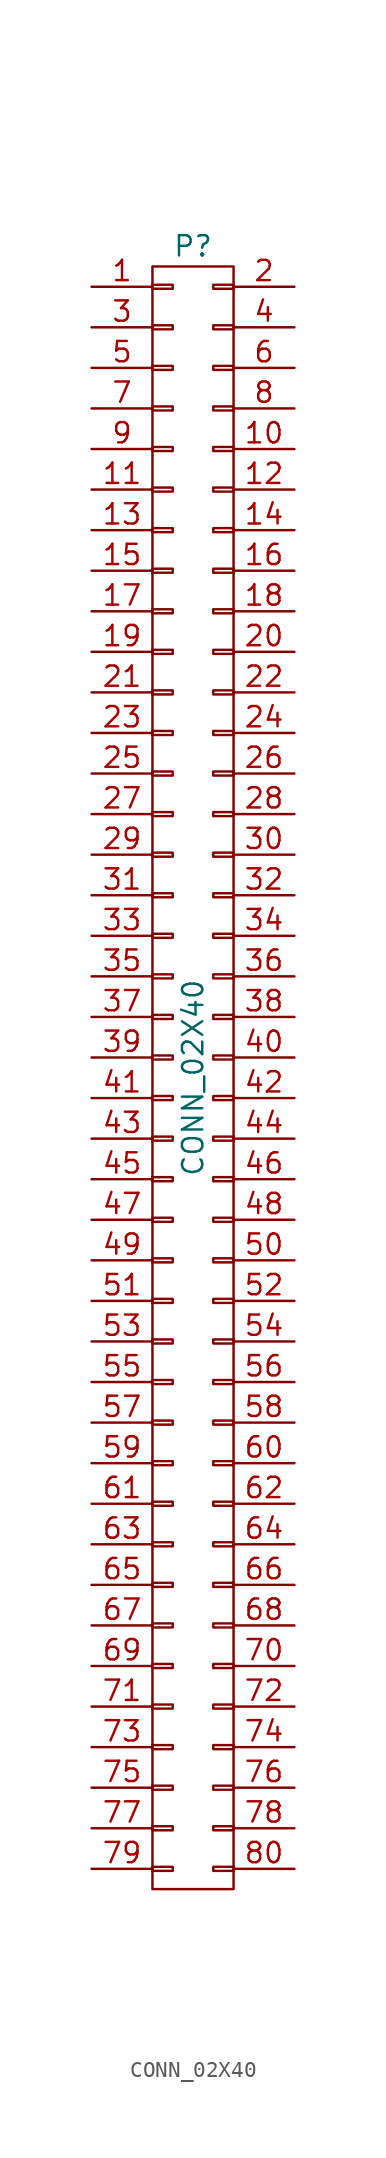
<source format=kicad_sym>
(kicad_symbol_lib
  (version 20211014)
  (generator kicad_symbol_editor)
  (symbol "CONN_02X40"
    (pin_names
      (offset 0.025) hide)
    (property "Reference" "P"
      (at 0 52.07 0)
      (effects (font (size 1.27 1.27))))
    (property "Value" "CONN_02X40"
      (at 0 0 90)
      (effects (font (size 1.27 1.27))))
    (property "Footprint" ""
      (at 0 0 0)
      (effects (font (size 1.27 1.27))))
    (property "Datasheet" ""
      (at 0 0 0)
      (effects (font (size 1.27 1.27))))
    (symbol "CONN_02X40_0_1"
      (rectangle (start -2.54 -49.403) (end -1.27 -49.657) (stroke (width 0) (type default) (color 0 0 0 0)) (fill (type none)))
      (rectangle (start -2.54 -46.863) (end -1.27 -47.117) (stroke (width 0) (type default) (color 0 0 0 0)) (fill (type none)))
      (rectangle (start -2.54 -44.323) (end -1.27 -44.577) (stroke (width 0) (type default) (color 0 0 0 0)) (fill (type none)))
      (rectangle (start -2.54 -41.783) (end -1.27 -42.037) (stroke (width 0) (type default) (color 0 0 0 0)) (fill (type none)))
      (rectangle (start -2.54 -39.243) (end -1.27 -39.497) (stroke (width 0) (type default) (color 0 0 0 0)) (fill (type none)))
      (rectangle (start -2.54 -36.703) (end -1.27 -36.957) (stroke (width 0) (type default) (color 0 0 0 0)) (fill (type none)))
      (rectangle (start -2.54 -34.163) (end -1.27 -34.417) (stroke (width 0) (type default) (color 0 0 0 0)) (fill (type none)))
      (rectangle (start -2.54 -31.623) (end -1.27 -31.877) (stroke (width 0) (type default) (color 0 0 0 0)) (fill (type none)))
      (rectangle (start -2.54 -29.083) (end -1.27 -29.337) (stroke (width 0) (type default) (color 0 0 0 0)) (fill (type none)))
      (rectangle (start -2.54 -26.543) (end -1.27 -26.797) (stroke (width 0) (type default) (color 0 0 0 0)) (fill (type none)))
      (rectangle (start -2.54 -24.003) (end -1.27 -24.257) (stroke (width 0) (type default) (color 0 0 0 0)) (fill (type none)))
      (rectangle (start -2.54 -21.463) (end -1.27 -21.717) (stroke (width 0) (type default) (color 0 0 0 0)) (fill (type none)))
      (rectangle (start -2.54 -18.923) (end -1.27 -19.177) (stroke (width 0) (type default) (color 0 0 0 0)) (fill (type none)))
      (rectangle (start -2.54 -16.383) (end -1.27 -16.637) (stroke (width 0) (type default) (color 0 0 0 0)) (fill (type none)))
      (rectangle (start -2.54 -13.843) (end -1.27 -14.097) (stroke (width 0) (type default) (color 0 0 0 0)) (fill (type none)))
      (rectangle (start -2.54 -11.303) (end -1.27 -11.557) (stroke (width 0) (type default) (color 0 0 0 0)) (fill (type none)))
      (rectangle (start -2.54 -8.763) (end -1.27 -9.017) (stroke (width 0) (type default) (color 0 0 0 0)) (fill (type none)))
      (rectangle (start -2.54 -6.223) (end -1.27 -6.477) (stroke (width 0) (type default) (color 0 0 0 0)) (fill (type none)))
      (rectangle (start -2.54 -3.683) (end -1.27 -3.937) (stroke (width 0) (type default) (color 0 0 0 0)) (fill (type none)))
      (rectangle (start -2.54 -1.143) (end -1.27 -1.397) (stroke (width 0) (type default) (color 0 0 0 0)) (fill (type none)))
      (rectangle (start -2.54 1.397) (end -1.27 1.143) (stroke (width 0) (type default) (color 0 0 0 0)) (fill (type none)))
      (rectangle (start -2.54 3.937) (end -1.27 3.683) (stroke (width 0) (type default) (color 0 0 0 0)) (fill (type none)))
      (rectangle (start -2.54 6.477) (end -1.27 6.223) (stroke (width 0) (type default) (color 0 0 0 0)) (fill (type none)))
      (rectangle (start -2.54 9.017) (end -1.27 8.763) (stroke (width 0) (type default) (color 0 0 0 0)) (fill (type none)))
      (rectangle (start -2.54 11.557) (end -1.27 11.303) (stroke (width 0) (type default) (color 0 0 0 0)) (fill (type none)))
      (rectangle (start -2.54 14.097) (end -1.27 13.843) (stroke (width 0) (type default) (color 0 0 0 0)) (fill (type none)))
      (rectangle (start -2.54 16.637) (end -1.27 16.383) (stroke (width 0) (type default) (color 0 0 0 0)) (fill (type none)))
      (rectangle (start -2.54 19.177) (end -1.27 18.923) (stroke (width 0) (type default) (color 0 0 0 0)) (fill (type none)))
      (rectangle (start -2.54 21.717) (end -1.27 21.463) (stroke (width 0) (type default) (color 0 0 0 0)) (fill (type none)))
      (rectangle (start -2.54 24.257) (end -1.27 24.003) (stroke (width 0) (type default) (color 0 0 0 0)) (fill (type none)))
      (rectangle (start -2.54 26.797) (end -1.27 26.543) (stroke (width 0) (type default) (color 0 0 0 0)) (fill (type none)))
      (rectangle (start -2.54 29.337) (end -1.27 29.083) (stroke (width 0) (type default) (color 0 0 0 0)) (fill (type none)))
      (rectangle (start -2.54 31.877) (end -1.27 31.623) (stroke (width 0) (type default) (color 0 0 0 0)) (fill (type none)))
      (rectangle (start -2.54 34.417) (end -1.27 34.163) (stroke (width 0) (type default) (color 0 0 0 0)) (fill (type none)))
      (rectangle (start -2.54 36.957) (end -1.27 36.703) (stroke (width 0) (type default) (color 0 0 0 0)) (fill (type none)))
      (rectangle (start -2.54 39.497) (end -1.27 39.243) (stroke (width 0) (type default) (color 0 0 0 0)) (fill (type none)))
      (rectangle (start -2.54 42.037) (end -1.27 41.783) (stroke (width 0) (type default) (color 0 0 0 0)) (fill (type none)))
      (rectangle (start -2.54 44.577) (end -1.27 44.323) (stroke (width 0) (type default) (color 0 0 0 0)) (fill (type none)))
      (rectangle (start -2.54 47.117) (end -1.27 46.863) (stroke (width 0) (type default) (color 0 0 0 0)) (fill (type none)))
      (rectangle (start -2.54 49.657) (end -1.27 49.403) (stroke (width 0) (type default) (color 0 0 0 0)) (fill (type none)))
      (rectangle (start -2.54 50.8) (end 2.54 -50.8) (stroke (width 0) (type default) (color 0 0 0 0)) (fill (type none)))
      (rectangle (start 1.27 -49.403) (end 2.54 -49.657) (stroke (width 0) (type default) (color 0 0 0 0)) (fill (type none)))
      (rectangle (start 1.27 -46.863) (end 2.54 -47.117) (stroke (width 0) (type default) (color 0 0 0 0)) (fill (type none)))
      (rectangle (start 1.27 -44.323) (end 2.54 -44.577) (stroke (width 0) (type default) (color 0 0 0 0)) (fill (type none)))
      (rectangle (start 1.27 -41.783) (end 2.54 -42.037) (stroke (width 0) (type default) (color 0 0 0 0)) (fill (type none)))
      (rectangle (start 1.27 -39.243) (end 2.54 -39.497) (stroke (width 0) (type default) (color 0 0 0 0)) (fill (type none)))
      (rectangle (start 1.27 -36.703) (end 2.54 -36.957) (stroke (width 0) (type default) (color 0 0 0 0)) (fill (type none)))
      (rectangle (start 1.27 -34.163) (end 2.54 -34.417) (stroke (width 0) (type default) (color 0 0 0 0)) (fill (type none)))
      (rectangle (start 1.27 -31.623) (end 2.54 -31.877) (stroke (width 0) (type default) (color 0 0 0 0)) (fill (type none)))
      (rectangle (start 1.27 -29.083) (end 2.54 -29.337) (stroke (width 0) (type default) (color 0 0 0 0)) (fill (type none)))
      (rectangle (start 1.27 -26.543) (end 2.54 -26.797) (stroke (width 0) (type default) (color 0 0 0 0)) (fill (type none)))
      (rectangle (start 1.27 -24.003) (end 2.54 -24.257) (stroke (width 0) (type default) (color 0 0 0 0)) (fill (type none)))
      (rectangle (start 1.27 -21.463) (end 2.54 -21.717) (stroke (width 0) (type default) (color 0 0 0 0)) (fill (type none)))
      (rectangle (start 1.27 -18.923) (end 2.54 -19.177) (stroke (width 0) (type default) (color 0 0 0 0)) (fill (type none)))
      (rectangle (start 1.27 -16.383) (end 2.54 -16.637) (stroke (width 0) (type default) (color 0 0 0 0)) (fill (type none)))
      (rectangle (start 1.27 -13.843) (end 2.54 -14.097) (stroke (width 0) (type default) (color 0 0 0 0)) (fill (type none)))
      (rectangle (start 1.27 -11.303) (end 2.54 -11.557) (stroke (width 0) (type default) (color 0 0 0 0)) (fill (type none)))
      (rectangle (start 1.27 -8.763) (end 2.54 -9.017) (stroke (width 0) (type default) (color 0 0 0 0)) (fill (type none)))
      (rectangle (start 1.27 -6.223) (end 2.54 -6.477) (stroke (width 0) (type default) (color 0 0 0 0)) (fill (type none)))
      (rectangle (start 1.27 -3.683) (end 2.54 -3.937) (stroke (width 0) (type default) (color 0 0 0 0)) (fill (type none)))
      (rectangle (start 1.27 -1.143) (end 2.54 -1.397) (stroke (width 0) (type default) (color 0 0 0 0)) (fill (type none)))
      (rectangle (start 1.27 1.397) (end 2.54 1.143) (stroke (width 0) (type default) (color 0 0 0 0)) (fill (type none)))
      (rectangle (start 1.27 3.937) (end 2.54 3.683) (stroke (width 0) (type default) (color 0 0 0 0)) (fill (type none)))
      (rectangle (start 1.27 6.477) (end 2.54 6.223) (stroke (width 0) (type default) (color 0 0 0 0)) (fill (type none)))
      (rectangle (start 1.27 9.017) (end 2.54 8.763) (stroke (width 0) (type default) (color 0 0 0 0)) (fill (type none)))
      (rectangle (start 1.27 11.557) (end 2.54 11.303) (stroke (width 0) (type default) (color 0 0 0 0)) (fill (type none)))
      (rectangle (start 1.27 14.097) (end 2.54 13.843) (stroke (width 0) (type default) (color 0 0 0 0)) (fill (type none)))
      (rectangle (start 1.27 16.637) (end 2.54 16.383) (stroke (width 0) (type default) (color 0 0 0 0)) (fill (type none)))
      (rectangle (start 1.27 19.177) (end 2.54 18.923) (stroke (width 0) (type default) (color 0 0 0 0)) (fill (type none)))
      (rectangle (start 1.27 21.717) (end 2.54 21.463) (stroke (width 0) (type default) (color 0 0 0 0)) (fill (type none)))
      (rectangle (start 1.27 24.257) (end 2.54 24.003) (stroke (width 0) (type default) (color 0 0 0 0)) (fill (type none)))
      (rectangle (start 1.27 26.797) (end 2.54 26.543) (stroke (width 0) (type default) (color 0 0 0 0)) (fill (type none)))
      (rectangle (start 1.27 29.337) (end 2.54 29.083) (stroke (width 0) (type default) (color 0 0 0 0)) (fill (type none)))
      (rectangle (start 1.27 31.877) (end 2.54 31.623) (stroke (width 0) (type default) (color 0 0 0 0)) (fill (type none)))
      (rectangle (start 1.27 34.417) (end 2.54 34.163) (stroke (width 0) (type default) (color 0 0 0 0)) (fill (type none)))
      (rectangle (start 1.27 36.957) (end 2.54 36.703) (stroke (width 0) (type default) (color 0 0 0 0)) (fill (type none)))
      (rectangle (start 1.27 39.497) (end 2.54 39.243) (stroke (width 0) (type default) (color 0 0 0 0)) (fill (type none)))
      (rectangle (start 1.27 42.037) (end 2.54 41.783) (stroke (width 0) (type default) (color 0 0 0 0)) (fill (type none)))
      (rectangle (start 1.27 44.577) (end 2.54 44.323) (stroke (width 0) (type default) (color 0 0 0 0)) (fill (type none)))
      (rectangle (start 1.27 47.117) (end 2.54 46.863) (stroke (width 0) (type default) (color 0 0 0 0)) (fill (type none)))
      (rectangle (start 1.27 49.657) (end 2.54 49.403) (stroke (width 0) (type default) (color 0 0 0 0)) (fill (type none))))
    (symbol "CONN_02X40_1_1"
      (pin passive line (at -6.35 49.53 0) (length 3.81) (name "P1" (effects (font (size 1.27 1.27)))) (number "1" (effects (font (size 1.27 1.27)))))
      (pin passive line (at 6.35 39.37 180) (length 3.81) (name "P10" (effects (font (size 1.27 1.27)))) (number "10" (effects (font (size 1.27 1.27)))))
      (pin passive line (at -6.35 36.83 0) (length 3.81) (name "P11" (effects (font (size 1.27 1.27)))) (number "11" (effects (font (size 1.27 1.27)))))
      (pin passive line (at 6.35 36.83 180) (length 3.81) (name "P12" (effects (font (size 1.27 1.27)))) (number "12" (effects (font (size 1.27 1.27)))))
      (pin passive line (at -6.35 34.29 0) (length 3.81) (name "P13" (effects (font (size 1.27 1.27)))) (number "13" (effects (font (size 1.27 1.27)))))
      (pin passive line (at 6.35 34.29 180) (length 3.81) (name "P14" (effects (font (size 1.27 1.27)))) (number "14" (effects (font (size 1.27 1.27)))))
      (pin passive line (at -6.35 31.75 0) (length 3.81) (name "P15" (effects (font (size 1.27 1.27)))) (number "15" (effects (font (size 1.27 1.27)))))
      (pin passive line (at 6.35 31.75 180) (length 3.81) (name "P16" (effects (font (size 1.27 1.27)))) (number "16" (effects (font (size 1.27 1.27)))))
      (pin passive line (at -6.35 29.21 0) (length 3.81) (name "P17" (effects (font (size 1.27 1.27)))) (number "17" (effects (font (size 1.27 1.27)))))
      (pin passive line (at 6.35 29.21 180) (length 3.81) (name "P18" (effects (font (size 1.27 1.27)))) (number "18" (effects (font (size 1.27 1.27)))))
      (pin passive line (at -6.35 26.67 0) (length 3.81) (name "P19" (effects (font (size 1.27 1.27)))) (number "19" (effects (font (size 1.27 1.27)))))
      (pin passive line (at 6.35 49.53 180) (length 3.81) (name "P2" (effects (font (size 1.27 1.27)))) (number "2" (effects (font (size 1.27 1.27)))))
      (pin passive line (at 6.35 26.67 180) (length 3.81) (name "P20" (effects (font (size 1.27 1.27)))) (number "20" (effects (font (size 1.27 1.27)))))
      (pin passive line (at -6.35 24.13 0) (length 3.81) (name "P21" (effects (font (size 1.27 1.27)))) (number "21" (effects (font (size 1.27 1.27)))))
      (pin passive line (at 6.35 24.13 180) (length 3.81) (name "P22" (effects (font (size 1.27 1.27)))) (number "22" (effects (font (size 1.27 1.27)))))
      (pin passive line (at -6.35 21.59 0) (length 3.81) (name "P23" (effects (font (size 1.27 1.27)))) (number "23" (effects (font (size 1.27 1.27)))))
      (pin passive line (at 6.35 21.59 180) (length 3.81) (name "P24" (effects (font (size 1.27 1.27)))) (number "24" (effects (font (size 1.27 1.27)))))
      (pin passive line (at -6.35 19.05 0) (length 3.81) (name "P25" (effects (font (size 1.27 1.27)))) (number "25" (effects (font (size 1.27 1.27)))))
      (pin passive line (at 6.35 19.05 180) (length 3.81) (name "P26" (effects (font (size 1.27 1.27)))) (number "26" (effects (font (size 1.27 1.27)))))
      (pin passive line (at -6.35 16.51 0) (length 3.81) (name "P27" (effects (font (size 1.27 1.27)))) (number "27" (effects (font (size 1.27 1.27)))))
      (pin passive line (at 6.35 16.51 180) (length 3.81) (name "P28" (effects (font (size 1.27 1.27)))) (number "28" (effects (font (size 1.27 1.27)))))
      (pin passive line (at -6.35 13.97 0) (length 3.81) (name "P29" (effects (font (size 1.27 1.27)))) (number "29" (effects (font (size 1.27 1.27)))))
      (pin passive line (at -6.35 46.99 0) (length 3.81) (name "P3" (effects (font (size 1.27 1.27)))) (number "3" (effects (font (size 1.27 1.27)))))
      (pin passive line (at 6.35 13.97 180) (length 3.81) (name "P30" (effects (font (size 1.27 1.27)))) (number "30" (effects (font (size 1.27 1.27)))))
      (pin passive line (at -6.35 11.43 0) (length 3.81) (name "P31" (effects (font (size 1.27 1.27)))) (number "31" (effects (font (size 1.27 1.27)))))
      (pin passive line (at 6.35 11.43 180) (length 3.81) (name "P32" (effects (font (size 1.27 1.27)))) (number "32" (effects (font (size 1.27 1.27)))))
      (pin passive line (at -6.35 8.89 0) (length 3.81) (name "P33" (effects (font (size 1.27 1.27)))) (number "33" (effects (font (size 1.27 1.27)))))
      (pin passive line (at 6.35 8.89 180) (length 3.81) (name "P34" (effects (font (size 1.27 1.27)))) (number "34" (effects (font (size 1.27 1.27)))))
      (pin passive line (at -6.35 6.35 0) (length 3.81) (name "P35" (effects (font (size 1.27 1.27)))) (number "35" (effects (font (size 1.27 1.27)))))
      (pin passive line (at 6.35 6.35 180) (length 3.81) (name "P36" (effects (font (size 1.27 1.27)))) (number "36" (effects (font (size 1.27 1.27)))))
      (pin passive line (at -6.35 3.81 0) (length 3.81) (name "P37" (effects (font (size 1.27 1.27)))) (number "37" (effects (font (size 1.27 1.27)))))
      (pin passive line (at 6.35 3.81 180) (length 3.81) (name "P38" (effects (font (size 1.27 1.27)))) (number "38" (effects (font (size 1.27 1.27)))))
      (pin passive line (at -6.35 1.27 0) (length 3.81) (name "P39" (effects (font (size 1.27 1.27)))) (number "39" (effects (font (size 1.27 1.27)))))
      (pin passive line (at 6.35 46.99 180) (length 3.81) (name "P4" (effects (font (size 1.27 1.27)))) (number "4" (effects (font (size 1.27 1.27)))))
      (pin passive line (at 6.35 1.27 180) (length 3.81) (name "P40" (effects (font (size 1.27 1.27)))) (number "40" (effects (font (size 1.27 1.27)))))
      (pin passive line (at -6.35 -1.27 0) (length 3.81) (name "P41" (effects (font (size 1.27 1.27)))) (number "41" (effects (font (size 1.27 1.27)))))
      (pin passive line (at 6.35 -1.27 180) (length 3.81) (name "P42" (effects (font (size 1.27 1.27)))) (number "42" (effects (font (size 1.27 1.27)))))
      (pin passive line (at -6.35 -3.81 0) (length 3.81) (name "P43" (effects (font (size 1.27 1.27)))) (number "43" (effects (font (size 1.27 1.27)))))
      (pin passive line (at 6.35 -3.81 180) (length 3.81) (name "P44" (effects (font (size 1.27 1.27)))) (number "44" (effects (font (size 1.27 1.27)))))
      (pin passive line (at -6.35 -6.35 0) (length 3.81) (name "P45" (effects (font (size 1.27 1.27)))) (number "45" (effects (font (size 1.27 1.27)))))
      (pin passive line (at 6.35 -6.35 180) (length 3.81) (name "P46" (effects (font (size 1.27 1.27)))) (number "46" (effects (font (size 1.27 1.27)))))
      (pin passive line (at -6.35 -8.89 0) (length 3.81) (name "P47" (effects (font (size 1.27 1.27)))) (number "47" (effects (font (size 1.27 1.27)))))
      (pin passive line (at 6.35 -8.89 180) (length 3.81) (name "P48" (effects (font (size 1.27 1.27)))) (number "48" (effects (font (size 1.27 1.27)))))
      (pin passive line (at -6.35 -11.43 0) (length 3.81) (name "P49" (effects (font (size 1.27 1.27)))) (number "49" (effects (font (size 1.27 1.27)))))
      (pin passive line (at -6.35 44.45 0) (length 3.81) (name "P5" (effects (font (size 1.27 1.27)))) (number "5" (effects (font (size 1.27 1.27)))))
      (pin passive line (at 6.35 -11.43 180) (length 3.81) (name "P50" (effects (font (size 1.27 1.27)))) (number "50" (effects (font (size 1.27 1.27)))))
      (pin passive line (at -6.35 -13.97 0) (length 3.81) (name "P51" (effects (font (size 1.27 1.27)))) (number "51" (effects (font (size 1.27 1.27)))))
      (pin passive line (at 6.35 -13.97 180) (length 3.81) (name "P52" (effects (font (size 1.27 1.27)))) (number "52" (effects (font (size 1.27 1.27)))))
      (pin passive line (at -6.35 -16.51 0) (length 3.81) (name "P53" (effects (font (size 1.27 1.27)))) (number "53" (effects (font (size 1.27 1.27)))))
      (pin passive line (at 6.35 -16.51 180) (length 3.81) (name "P54" (effects (font (size 1.27 1.27)))) (number "54" (effects (font (size 1.27 1.27)))))
      (pin passive line (at -6.35 -19.05 0) (length 3.81) (name "P55" (effects (font (size 1.27 1.27)))) (number "55" (effects (font (size 1.27 1.27)))))
      (pin passive line (at 6.35 -19.05 180) (length 3.81) (name "P56" (effects (font (size 1.27 1.27)))) (number "56" (effects (font (size 1.27 1.27)))))
      (pin passive line (at -6.35 -21.59 0) (length 3.81) (name "P57" (effects (font (size 1.27 1.27)))) (number "57" (effects (font (size 1.27 1.27)))))
      (pin passive line (at 6.35 -21.59 180) (length 3.81) (name "P58" (effects (font (size 1.27 1.27)))) (number "58" (effects (font (size 1.27 1.27)))))
      (pin passive line (at -6.35 -24.13 0) (length 3.81) (name "P59" (effects (font (size 1.27 1.27)))) (number "59" (effects (font (size 1.27 1.27)))))
      (pin passive line (at 6.35 44.45 180) (length 3.81) (name "P6" (effects (font (size 1.27 1.27)))) (number "6" (effects (font (size 1.27 1.27)))))
      (pin passive line (at 6.35 -24.13 180) (length 3.81) (name "P60" (effects (font (size 1.27 1.27)))) (number "60" (effects (font (size 1.27 1.27)))))
      (pin passive line (at -6.35 -26.67 0) (length 3.81) (name "P61" (effects (font (size 1.27 1.27)))) (number "61" (effects (font (size 1.27 1.27)))))
      (pin passive line (at 6.35 -26.67 180) (length 3.81) (name "P62" (effects (font (size 1.27 1.27)))) (number "62" (effects (font (size 1.27 1.27)))))
      (pin passive line (at -6.35 -29.21 0) (length 3.81) (name "P63" (effects (font (size 1.27 1.27)))) (number "63" (effects (font (size 1.27 1.27)))))
      (pin passive line (at 6.35 -29.21 180) (length 3.81) (name "P64" (effects (font (size 1.27 1.27)))) (number "64" (effects (font (size 1.27 1.27)))))
      (pin passive line (at -6.35 -31.75 0) (length 3.81) (name "P65" (effects (font (size 1.27 1.27)))) (number "65" (effects (font (size 1.27 1.27)))))
      (pin passive line (at 6.35 -31.75 180) (length 3.81) (name "P66" (effects (font (size 1.27 1.27)))) (number "66" (effects (font (size 1.27 1.27)))))
      (pin passive line (at -6.35 -34.29 0) (length 3.81) (name "P67" (effects (font (size 1.27 1.27)))) (number "67" (effects (font (size 1.27 1.27)))))
      (pin passive line (at 6.35 -34.29 180) (length 3.81) (name "P68" (effects (font (size 1.27 1.27)))) (number "68" (effects (font (size 1.27 1.27)))))
      (pin passive line (at -6.35 -36.83 0) (length 3.81) (name "P69" (effects (font (size 1.27 1.27)))) (number "69" (effects (font (size 1.27 1.27)))))
      (pin passive line (at -6.35 41.91 0) (length 3.81) (name "P7" (effects (font (size 1.27 1.27)))) (number "7" (effects (font (size 1.27 1.27)))))
      (pin passive line (at 6.35 -36.83 180) (length 3.81) (name "P70" (effects (font (size 1.27 1.27)))) (number "70" (effects (font (size 1.27 1.27)))))
      (pin passive line (at -6.35 -39.37 0) (length 3.81) (name "P71" (effects (font (size 1.27 1.27)))) (number "71" (effects (font (size 1.27 1.27)))))
      (pin passive line (at 6.35 -39.37 180) (length 3.81) (name "P72" (effects (font (size 1.27 1.27)))) (number "72" (effects (font (size 1.27 1.27)))))
      (pin passive line (at -6.35 -41.91 0) (length 3.81) (name "P73" (effects (font (size 1.27 1.27)))) (number "73" (effects (font (size 1.27 1.27)))))
      (pin passive line (at 6.35 -41.91 180) (length 3.81) (name "P74" (effects (font (size 1.27 1.27)))) (number "74" (effects (font (size 1.27 1.27)))))
      (pin passive line (at -6.35 -44.45 0) (length 3.81) (name "P75" (effects (font (size 1.27 1.27)))) (number "75" (effects (font (size 1.27 1.27)))))
      (pin passive line (at 6.35 -44.45 180) (length 3.81) (name "P76" (effects (font (size 1.27 1.27)))) (number "76" (effects (font (size 1.27 1.27)))))
      (pin passive line (at -6.35 -46.99 0) (length 3.81) (name "P77" (effects (font (size 1.27 1.27)))) (number "77" (effects (font (size 1.27 1.27)))))
      (pin passive line (at 6.35 -46.99 180) (length 3.81) (name "P78" (effects (font (size 1.27 1.27)))) (number "78" (effects (font (size 1.27 1.27)))))
      (pin passive line (at -6.35 -49.53 0) (length 3.81) (name "P79" (effects (font (size 1.27 1.27)))) (number "79" (effects (font (size 1.27 1.27)))))
      (pin passive line (at 6.35 41.91 180) (length 3.81) (name "P8" (effects (font (size 1.27 1.27)))) (number "8" (effects (font (size 1.27 1.27)))))
      (pin passive line (at 6.35 -49.53 180) (length 3.81) (name "P80" (effects (font (size 1.27 1.27)))) (number "80" (effects (font (size 1.27 1.27)))))
      (pin passive line (at -6.35 39.37 0) (length 3.81) (name "P9" (effects (font (size 1.27 1.27)))) (number "9" (effects (font (size 1.27 1.27))))))))
</source>
